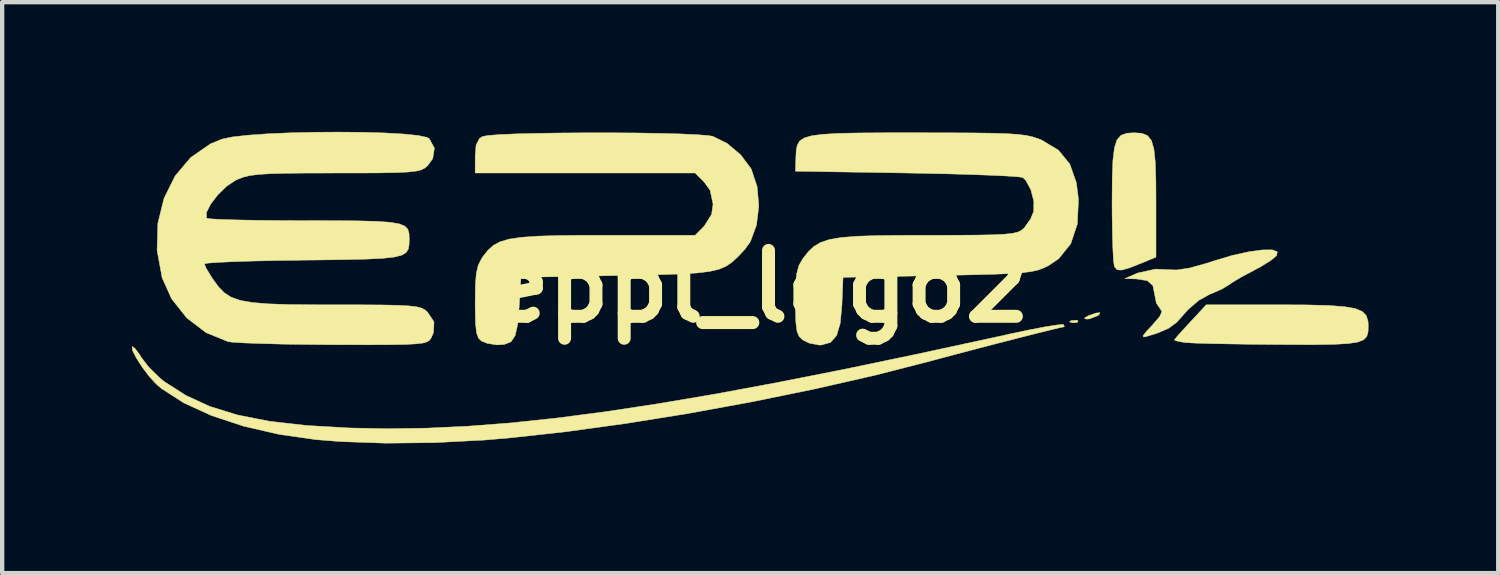
<source format=kicad_pcb>
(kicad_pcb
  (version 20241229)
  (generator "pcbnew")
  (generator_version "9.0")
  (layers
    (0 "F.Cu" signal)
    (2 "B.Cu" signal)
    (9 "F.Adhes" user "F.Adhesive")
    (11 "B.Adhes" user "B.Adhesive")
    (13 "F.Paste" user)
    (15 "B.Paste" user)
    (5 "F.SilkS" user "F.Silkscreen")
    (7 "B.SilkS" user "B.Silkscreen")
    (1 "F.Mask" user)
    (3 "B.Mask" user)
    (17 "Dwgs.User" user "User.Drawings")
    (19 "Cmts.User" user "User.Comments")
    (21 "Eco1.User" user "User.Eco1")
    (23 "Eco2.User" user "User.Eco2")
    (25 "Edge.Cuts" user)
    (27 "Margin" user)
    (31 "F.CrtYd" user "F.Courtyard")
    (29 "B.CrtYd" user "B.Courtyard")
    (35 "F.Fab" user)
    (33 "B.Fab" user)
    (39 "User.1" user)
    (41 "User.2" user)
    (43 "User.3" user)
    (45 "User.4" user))
  (footprint "eppl_logo2"
    (layer "F.Cu")
    (at 14.545 3.577)
    (property "Reference" "eppl_logo2" (at 0 0 0) (layer "F.SilkS") (effects (font (size 1.524 1.524) (thickness 0.3))))
    (attr through_hole)
    (fp_poly (pts (xy 7.343 0.796) (xy 7.318 0.834) (xy 7.232 0.84) (xy 7.142 0.819) (xy 7.181 0.789) (xy 7.313 0.779) (xy 7.343 0.796)) (stroke (width 0.01) (type solid)) (fill yes) (layer "F.SilkS"))
    (fp_poly (pts (xy 7.824 0.653) (xy 7.789 0.677) (xy 7.609 0.748) (xy 7.535 0.755) (xy 7.485 0.731) (xy 7.578 0.677) (xy 7.757 0.614) (xy 7.85 0.606) (xy 7.824 0.653)) (stroke (width 0.01) (type solid)) (fill yes) (layer "F.SilkS"))
    (fp_poly (pts (xy 8.815 -3.544) (xy 8.946 -3.492) (xy 9.038 -3.378) (xy 9.096 -3.179) (xy 9.128 -2.874) (xy 9.142 -2.441) (xy 9.144 -1.985) (xy 9.144 -0.68) (xy 8.861 -0.562) (xy 8.548 -0.437) (xy 8.353 -0.38) (xy 8.244 -0.387) (xy 8.187 -0.454) (xy 8.18 -0.47) (xy 8.162 -0.599) (xy 8.147 -0.864) (xy 8.136 -1.234) (xy 8.129 -1.675) (xy 8.128 -1.948) (xy 8.132 -2.509) (xy 8.148 -2.922) (xy 8.183 -3.21) (xy 8.244 -3.396) (xy 8.338 -3.5) (xy 8.473 -3.546) (xy 8.636 -3.556) (xy 8.815 -3.544)) (stroke (width 0.01) (type solid)) (fill yes) (layer "F.SilkS"))
    (fp_poly (pts (xy 12.639 0.426) (xy 13.135 0.439) (xy 13.501 0.466) (xy 13.756 0.511) (xy 13.919 0.58) (xy 14.01 0.677) (xy 14.049 0.807) (xy 14.055 0.919) (xy 14.049 1.054) (xy 14.019 1.157) (xy 13.945 1.234) (xy 13.807 1.287) (xy 13.586 1.32) (xy 13.262 1.338) (xy 12.817 1.345) (xy 12.229 1.344) (xy 11.942 1.342) (xy 11.377 1.337) (xy 10.857 1.329) (xy 10.41 1.32) (xy 10.064 1.31) (xy 9.848 1.299) (xy 9.8 1.294) (xy 9.632 1.262) (xy 9.567 1.238) (xy 9.62 1.171) (xy 9.758 1.015) (xy 9.937 0.821) (xy 10.307 0.423) (xy 11.993 0.423) (xy 12.639 0.426)) (stroke (width 0.01) (type solid)) (fill yes) (layer "F.SilkS"))
    (fp_poly (pts (xy 11.95 -0.804) (xy 11.934 -0.714) (xy 11.933 -0.713) (xy 11.797 -0.601) (xy 11.567 -0.458) (xy 11.393 -0.365) (xy 11.131 -0.226) (xy 10.92 -0.101) (xy 10.837 -0.043) (xy 10.676 0.055) (xy 10.44 0.159) (xy 10.394 0.176) (xy 10.137 0.318) (xy 9.882 0.537) (xy 9.814 0.615) (xy 9.625 0.827) (xy 9.436 0.967) (xy 9.182 1.076) (xy 8.975 1.141) (xy 8.86 1.169) (xy 8.843 1.14) (xy 8.931 1.031) (xy 9.058 0.895) (xy 9.229 0.697) (xy 9.282 0.578) (xy 9.241 0.515) (xy 9.154 0.386) (xy 9.116 0.202) (xy 9.072 -0.022) (xy 8.942 -0.136) (xy 8.688 -0.175) (xy 8.678 -0.175) (xy 8.424 -0.183) (xy 8.72 -0.312) (xy 9.135 -0.403) (xy 9.376 -0.391) (xy 9.625 -0.382) (xy 9.919 -0.427) (xy 10.305 -0.534) (xy 10.49 -0.594) (xy 10.904 -0.718) (xy 11.282 -0.802) (xy 11.6 -0.846) (xy 11.831 -0.848) (xy 11.95 -0.804)) (stroke (width 0.01) (type solid)) (fill yes) (layer "F.SilkS"))
    (fp_poly (pts (xy 7.007 0.883) (xy 7.025 0.931) (xy 7.02 0.932) (xy 6.917 0.953) (xy 6.68 1.01) (xy 6.336 1.095) (xy 5.917 1.202) (xy 5.449 1.322) (xy 4.963 1.449) (xy 4.487 1.574) (xy 4.051 1.691) (xy 3.937 1.722) (xy 2.632 2.056) (xy 1.233 2.374) (xy -0.221 2.671) (xy -1.692 2.94) (xy -3.14 3.172) (xy -4.527 3.362) (xy -5.813 3.503) (xy -6.392 3.552) (xy -7.543 3.612) (xy -8.671 3.624) (xy -9.722 3.587) (xy -10.287 3.542) (xy -11.147 3.419) (xy -11.963 3.23) (xy -12.706 2.984) (xy -13.347 2.691) (xy -13.856 2.363) (xy -13.971 2.266) (xy -14.131 2.095) (xy -14.297 1.877) (xy -14.44 1.657) (xy -14.53 1.479) (xy -14.54 1.389) (xy -14.477 1.427) (xy -14.367 1.574) (xy -14.325 1.643) (xy -14.149 1.871) (xy -13.904 2.111) (xy -13.785 2.207) (xy -13.291 2.522) (xy -12.738 2.775) (xy -12.104 2.971) (xy -11.369 3.116) (xy -10.512 3.214) (xy -9.511 3.272) (xy -9.483 3.273) (xy -8.614 3.289) (xy -7.717 3.276) (xy -6.78 3.232) (xy -5.789 3.156) (xy -4.735 3.045) (xy -3.604 2.898) (xy -2.384 2.713) (xy -1.065 2.49) (xy 0.368 2.224) (xy 1.924 1.917) (xy 3.617 1.564) (xy 5.458 1.166) (xy 5.786 1.093) (xy 6.21 1.004) (xy 6.572 0.934) (xy 6.842 0.891) (xy 6.99 0.878) (xy 7.007 0.883)) (stroke (width 0.01) (type solid)) (fill yes) (layer "F.SilkS"))
    (fp_poly (pts (xy -3.439 -3.555) (xy -2.858 -3.551) (xy -2.317 -3.542) (xy -1.843 -3.529) (xy -1.462 -3.511) (xy -1.2 -3.49) (xy -1.106 -3.473) (xy -0.779 -3.312) (xy -0.464 -3.048) (xy -0.229 -2.735) (xy -0.215 -2.709) (xy -0.082 -2.309) (xy -0.043 -1.861) (xy -0.097 -1.42) (xy -0.237 -1.04) (xy -0.365 -0.86) (xy -0.518 -0.697) (xy -0.655 -0.569) (xy -0.796 -0.471) (xy -0.965 -0.399) (xy -1.184 -0.348) (xy -1.474 -0.313) (xy -1.858 -0.289) (xy -2.358 -0.273) (xy -2.997 -0.26) (xy -3.302 -0.254) (xy -5.546 -0.212) (xy -5.588 0.49) (xy -5.622 0.884) (xy -5.68 1.138) (xy -5.777 1.28) (xy -5.933 1.341) (xy -6.096 1.351) (xy -6.324 1.315) (xy -6.456 1.263) (xy -6.526 1.197) (xy -6.571 1.075) (xy -6.595 0.865) (xy -6.603 0.531) (xy -6.604 0.369) (xy -6.599 -0.029) (xy -6.578 -0.301) (xy -6.533 -0.491) (xy -6.458 -0.641) (xy -6.422 -0.695) (xy -6.31 -0.837) (xy -6.187 -0.949) (xy -6.03 -1.034) (xy -5.821 -1.096) (xy -5.537 -1.138) (xy -5.159 -1.165) (xy -4.665 -1.179) (xy -4.034 -1.185) (xy -3.597 -1.185) (xy -1.516 -1.185) (xy -1.308 -1.393) (xy -1.135 -1.668) (xy -1.101 -1.905) (xy -1.17 -2.228) (xy -1.308 -2.417) (xy -1.516 -2.625) (xy -6.604 -2.625) (xy -6.604 -3.003) (xy -6.583 -3.27) (xy -6.507 -3.42) (xy -6.44 -3.468) (xy -6.31 -3.493) (xy -6.036 -3.514) (xy -5.645 -3.531) (xy -5.164 -3.543) (xy -4.619 -3.551) (xy -4.035 -3.555) (xy -3.439 -3.555)) (stroke (width 0.01) (type solid)) (fill yes) (layer "F.SilkS"))
    (fp_poly (pts (xy 4.341 -3.555) (xy 4.914 -3.552) (xy 5.36 -3.546) (xy 5.7 -3.535) (xy 5.956 -3.518) (xy 6.147 -3.493) (xy 6.296 -3.46) (xy 6.424 -3.417) (xy 6.504 -3.385) (xy 6.888 -3.153) (xy 7.15 -2.832) (xy 7.302 -2.402) (xy 7.351 -2.015) (xy 7.325 -1.446) (xy 7.173 -0.99) (xy 6.894 -0.643) (xy 6.659 -0.484) (xy 6.542 -0.427) (xy 6.419 -0.382) (xy 6.267 -0.347) (xy 6.062 -0.32) (xy 5.783 -0.3) (xy 5.407 -0.284) (xy 4.912 -0.271) (xy 4.275 -0.257) (xy 4.106 -0.254) (xy 1.905 -0.212) (xy 1.88 0.421) (xy 1.841 0.85) (xy 1.756 1.135) (xy 1.614 1.295) (xy 1.402 1.353) (xy 1.358 1.355) (xy 1.12 1.309) (xy 0.969 1.234) (xy 0.889 1.154) (xy 0.839 1.03) (xy 0.814 0.825) (xy 0.805 0.502) (xy 0.804 0.351) (xy 0.811 -0.038) (xy 0.835 -0.302) (xy 0.885 -0.487) (xy 0.969 -0.635) (xy 0.98 -0.65) (xy 1.103 -0.805) (xy 1.232 -0.927) (xy 1.389 -1.02) (xy 1.595 -1.088) (xy 1.87 -1.134) (xy 2.236 -1.163) (xy 2.715 -1.178) (xy 3.328 -1.184) (xy 3.831 -1.185) (xy 4.483 -1.186) (xy 4.987 -1.189) (xy 5.363 -1.196) (xy 5.635 -1.209) (xy 5.822 -1.229) (xy 5.946 -1.258) (xy 6.028 -1.297) (xy 6.089 -1.348) (xy 6.094 -1.353) (xy 6.243 -1.562) (xy 6.315 -1.735) (xy 6.319 -1.97) (xy 6.25 -2.236) (xy 6.134 -2.453) (xy 6.064 -2.521) (xy 5.958 -2.537) (xy 5.705 -2.555) (xy 5.325 -2.573) (xy 4.841 -2.591) (xy 4.274 -2.607) (xy 3.645 -2.62) (xy 3.387 -2.625) (xy 0.804 -2.667) (xy 0.815 -2.999) (xy 0.823 -3.151) (xy 0.847 -3.272) (xy 0.903 -3.367) (xy 1.01 -3.437) (xy 1.184 -3.488) (xy 1.443 -3.521) (xy 1.803 -3.542) (xy 2.283 -3.552) (xy 2.898 -3.556) (xy 3.62 -3.556) (xy 4.341 -3.555)) (stroke (width 0.01) (type solid)) (fill yes) (layer "F.SilkS"))
    (fp_poly (pts (xy -9.204 -3.567) (xy -8.696 -3.552) (xy -8.26 -3.527) (xy -7.925 -3.493) (xy -7.716 -3.449) (xy -7.668 -3.423) (xy -7.547 -3.201) (xy -7.585 -2.958) (xy -7.705 -2.794) (xy -7.768 -2.74) (xy -7.849 -2.699) (xy -7.971 -2.669) (xy -8.156 -2.648) (xy -8.426 -2.635) (xy -8.802 -2.628) (xy -9.308 -2.625) (xy -9.837 -2.625) (xy -10.473 -2.624) (xy -10.963 -2.619) (xy -11.333 -2.61) (xy -11.606 -2.593) (xy -11.806 -2.568) (xy -11.959 -2.532) (xy -12.087 -2.484) (xy -12.15 -2.455) (xy -12.357 -2.316) (xy -12.558 -2.12) (xy -12.722 -1.906) (xy -12.819 -1.714) (xy -12.818 -1.587) (xy -12.811 -1.579) (xy -12.715 -1.564) (xy -12.473 -1.551) (xy -12.107 -1.54) (xy -11.64 -1.531) (xy -11.096 -1.526) (xy -10.544 -1.524) (xy -9.842 -1.523) (xy -9.291 -1.518) (xy -8.872 -1.507) (xy -8.569 -1.485) (xy -8.361 -1.449) (xy -8.232 -1.397) (xy -8.162 -1.325) (xy -8.134 -1.231) (xy -8.129 -1.11) (xy -8.129 -1.105) (xy -8.132 -0.97) (xy -8.151 -0.863) (xy -8.204 -0.782) (xy -8.309 -0.722) (xy -8.485 -0.679) (xy -8.75 -0.651) (xy -9.121 -0.633) (xy -9.618 -0.622) (xy -10.258 -0.613) (xy -10.58 -0.61) (xy -11.183 -0.601) (xy -11.726 -0.589) (xy -12.188 -0.575) (xy -12.547 -0.558) (xy -12.782 -0.541) (xy -12.869 -0.524) (xy -12.869 -0.524) (xy -12.826 -0.422) (xy -12.716 -0.239) (xy -12.663 -0.159) (xy -12.537 0.012) (xy -12.406 0.146) (xy -12.248 0.247) (xy -12.041 0.321) (xy -11.764 0.37) (xy -11.395 0.401) (xy -10.912 0.417) (xy -10.293 0.423) (xy -9.872 0.423) (xy -9.237 0.424) (xy -8.75 0.427) (xy -8.389 0.435) (xy -8.131 0.449) (xy -7.955 0.47) (xy -7.839 0.501) (xy -7.761 0.544) (xy -7.705 0.593) (xy -7.556 0.818) (xy -7.566 1.062) (xy -7.623 1.191) (xy -7.658 1.241) (xy -7.714 1.279) (xy -7.814 1.308) (xy -7.976 1.327) (xy -8.22 1.34) (xy -8.567 1.346) (xy -9.037 1.348) (xy -9.649 1.347) (xy -9.888 1.346) (xy -10.492 1.341) (xy -11.052 1.333) (xy -11.542 1.32) (xy -11.935 1.306) (xy -12.206 1.29) (xy -12.319 1.275) (xy -12.827 1.069) (xy -13.274 0.728) (xy -13.627 0.284) (xy -13.845 -0.202) (xy -13.962 -0.838) (xy -13.944 -1.459) (xy -13.801 -2.04) (xy -13.544 -2.557) (xy -13.183 -2.984) (xy -12.729 -3.299) (xy -12.457 -3.41) (xy -12.219 -3.46) (xy -11.858 -3.5) (xy -11.404 -3.532) (xy -10.884 -3.555) (xy -10.326 -3.568) (xy -9.756 -3.572) (xy -9.204 -3.567)) (stroke (width 0.01) (type solid)) (fill yes) (layer "F.SilkS")))
  (gr_rect
    (start -3 -3)
    (end 31.605 10.206)
    (stroke (width 0.1) (type default))
    (fill no)
    (layer "Edge.Cuts")))
</source>
